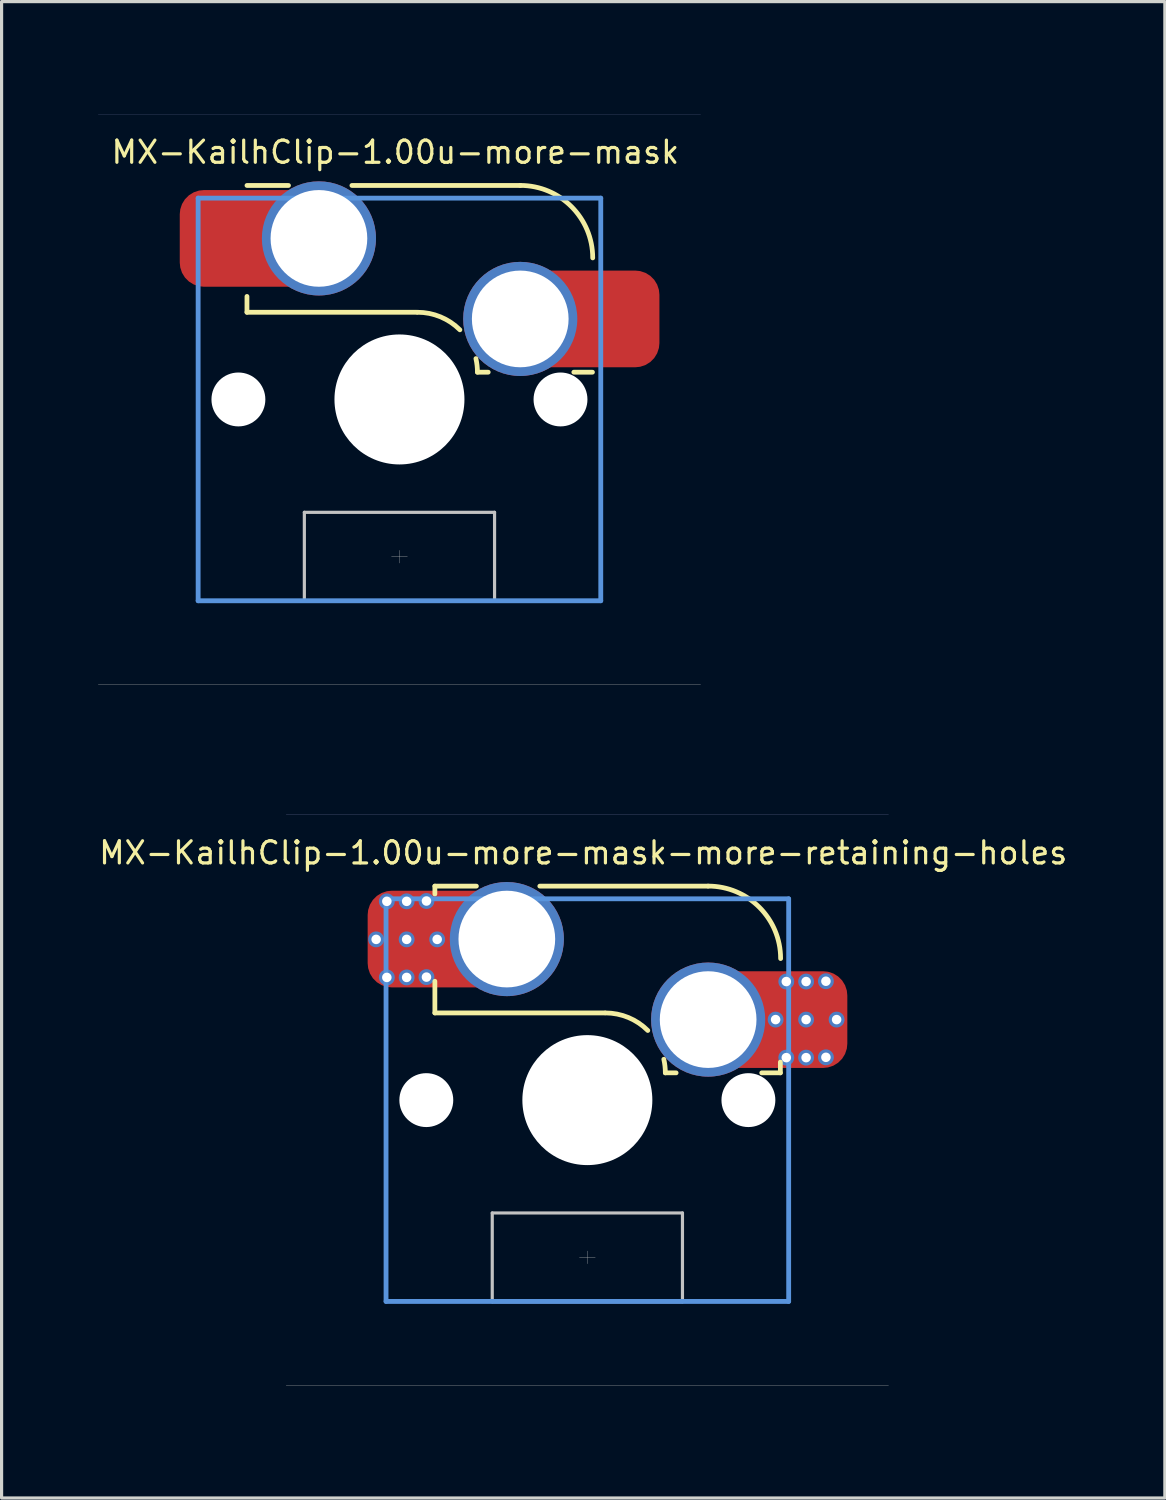
<source format=kicad_pcb>
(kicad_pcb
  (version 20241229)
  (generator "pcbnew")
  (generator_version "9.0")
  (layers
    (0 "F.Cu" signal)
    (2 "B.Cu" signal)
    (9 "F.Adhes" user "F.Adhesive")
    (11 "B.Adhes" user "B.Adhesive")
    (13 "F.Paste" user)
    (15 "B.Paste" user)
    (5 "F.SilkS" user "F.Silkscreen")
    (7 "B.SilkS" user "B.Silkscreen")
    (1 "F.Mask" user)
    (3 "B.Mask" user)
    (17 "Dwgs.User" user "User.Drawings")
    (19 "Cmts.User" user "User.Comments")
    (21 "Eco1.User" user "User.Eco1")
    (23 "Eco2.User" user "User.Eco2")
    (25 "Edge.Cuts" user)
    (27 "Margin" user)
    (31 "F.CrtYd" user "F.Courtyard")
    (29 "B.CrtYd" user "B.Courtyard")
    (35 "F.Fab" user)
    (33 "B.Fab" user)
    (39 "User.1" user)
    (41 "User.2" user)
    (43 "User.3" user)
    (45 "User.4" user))
  (footprint "MX-KailhClip-1.00u-more-mask-more-retaining-holes"
    (layer "F.Cu")
    (at 15.477 31.651)
    (property "Reference" "MX-KailhClip-1.00u-more-mask-more-retaining-holes" (at -0.13 -7.8 0) (layer "F.SilkS") (effects (font (size 0.7 0.7) (thickness 0.1))))
    (attr smd)
    (fp_line (start -4.81 -6.75) (end -4.81 -6.5) (stroke (width 0.15) (type solid)) (layer "F.SilkS"))
    (fp_line (start -4.81 -6.75) (end -3.5 -6.75) (stroke (width 0.15) (type solid)) (layer "F.SilkS"))
    (fp_line (start -4.81 -3.75) (end -4.81 -2.75) (stroke (width 0.15) (type solid)) (layer "F.SilkS"))
    (fp_line (start -4.81 -2.75) (end 0.55 -2.75) (stroke (width 0.15) (type solid)) (layer "F.SilkS"))
    (fp_line (start -1.5 -6.75) (end 3.81 -6.75) (stroke (width 0.15) (type solid)) (layer "F.SilkS"))
    (fp_line (start 2.8 -0.86) (end 2.46 -0.86) (stroke (width 0.15) (type solid)) (layer "F.SilkS"))
    (fp_line (start 6.088 -1.2) (end 6.088 -0.86) (stroke (width 0.15) (type solid)) (layer "F.SilkS"))
    (fp_line (start 6.088 -0.86) (end 5.5 -0.86) (stroke (width 0.15) (type solid)) (layer "F.SilkS"))
    (fp_arc (start 0.57 -2.75) (mid 1.293272 -2.606132) (end 1.906432 -2.196432) (stroke (width 0.15) (type solid)) (layer "F.SilkS"))
    (fp_arc (start 2.412003 -1.288719) (mid 2.447963 -1.075699) (end 2.46 -0.86) (stroke (width 0.15) (type solid)) (layer "F.SilkS"))
    (fp_arc (start 3.81 -6.751) (mid 5.426446 -6.081446) (end 6.096 -4.465) (stroke (width 0.15) (type solid)) (layer "F.SilkS"))
    (fp_line (start -9.55 0) (end -9.5 -0.1) (stroke (width 0.001) (type solid)) (layer "Dwgs.User"))
    (fp_line (start -9.55 0) (end -9.5 0.1) (stroke (width 0.001) (type solid)) (layer "Dwgs.User"))
    (fp_line (start -9.5 -9.5) (end 9.5 -9.5) (stroke (width 0.001) (type solid)) (layer "Dwgs.User"))
    (fp_line (start -9.5 0) (end -9.55 0) (stroke (width 0.001) (type solid)) (layer "Dwgs.User"))
    (fp_line (start -9.5 9.5) (end -9.5 -9.5) (stroke (width 0.001) (type solid)) (layer "Dwgs.User"))
    (fp_line (start -3 3.56) (end -3 6.36) (stroke (width 0.1) (type solid)) (layer "Dwgs.User"))
    (fp_line (start -3 3.56) (end 3 3.56) (stroke (width 0.1) (type solid)) (layer "Dwgs.User"))
    (fp_line (start -0.25 4.96) (end 0.25 4.96) (stroke (width 0.01) (type solid)) (layer "Dwgs.User"))
    (fp_line (start 0 -9.55) (end -0.1 -9.5) (stroke (width 0.001) (type solid)) (layer "Dwgs.User"))
    (fp_line (start 0 -9.55) (end 0.1 -9.5) (stroke (width 0.001) (type solid)) (layer "Dwgs.User"))
    (fp_line (start 0 -9.5) (end 0 -9.55) (stroke (width 0.001) (type solid)) (layer "Dwgs.User"))
    (fp_line (start 0 5.16) (end 0 4.76) (stroke (width 0.01) (type solid)) (layer "Dwgs.User"))
    (fp_line (start 0 9.5) (end 0 9.55) (stroke (width 0.001) (type solid)) (layer "Dwgs.User"))
    (fp_line (start 0 9.55) (end -0.1 9.5) (stroke (width 0.001) (type solid)) (layer "Dwgs.User"))
    (fp_line (start 0 9.55) (end 0.1 9.5) (stroke (width 0.001) (type solid)) (layer "Dwgs.User"))
    (fp_line (start 3 3.56) (end 3 6.36) (stroke (width 0.1) (type solid)) (layer "Dwgs.User"))
    (fp_line (start 3 6.36) (end -3 6.36) (stroke (width 0.1) (type solid)) (layer "Dwgs.User"))
    (fp_line (start 9.5 -9.5) (end 9.5 9.5) (stroke (width 0.001) (type solid)) (layer "Dwgs.User"))
    (fp_line (start 9.5 0) (end 9.55 0) (stroke (width 0.001) (type solid)) (layer "Dwgs.User"))
    (fp_line (start 9.5 9.5) (end -9.5 9.5) (stroke (width 0.001) (type solid)) (layer "Dwgs.User"))
    (fp_line (start 9.55 0) (end 9.5 -0.1) (stroke (width 0.001) (type solid)) (layer "Dwgs.User"))
    (fp_line (start 9.55 0) (end 9.5 0.1) (stroke (width 0.001) (type solid)) (layer "Dwgs.User"))
    (fp_line (start -6.35 -6.35) (end 6.35 -6.35) (stroke (width 0.152) (type solid)) (layer "Cmts.User"))
    (fp_line (start -6.35 6.35) (end -6.35 -6.35) (stroke (width 0.152) (type solid)) (layer "Cmts.User"))
    (fp_line (start 0 1) (end 0 -1) (stroke (width 0.001) (type solid)) (layer "Cmts.User"))
    (fp_line (start 1 0) (end -1 0) (stroke (width 0.001) (type solid)) (layer "Cmts.User"))
    (fp_line (start 6.35 -6.35) (end 6.35 6.35) (stroke (width 0.152) (type solid)) (layer "Cmts.User"))
    (fp_line (start 6.35 6.35) (end -6.35 6.35) (stroke (width 0.152) (type solid)) (layer "Cmts.User"))
    (fp_line (start -7.8 -6.985) (end 7.8 -6.985) (stroke (width 0.152) (type solid)) (layer "Eco1.User"))
    (fp_line (start -7.8 6.985) (end -7.8 -6.985) (stroke (width 0.152) (type solid)) (layer "Eco1.User"))
    (fp_line (start 7.8 -6.985) (end 7.8 6.985) (stroke (width 0.152) (type solid)) (layer "Eco1.User"))
    (fp_line (start 7.8 6.985) (end -7.8 6.985) (stroke (width 0.152) (type solid)) (layer "Eco1.User"))
    (fp_line (start -7 -7) (end 7 -7) (stroke (width 0.01) (type solid)) (layer "Eco2.User"))
    (fp_line (start -7 7) (end -7 -7) (stroke (width 0.01) (type solid)) (layer "Eco2.User"))
    (fp_line (start 7 -7) (end 7 7) (stroke (width 0.01) (type solid)) (layer "Eco2.User"))
    (fp_line (start 7 7) (end -7 7) (stroke (width 0.01) (type solid)) (layer "Eco2.User"))
    (fp_line (start -9.5 -9) (end 9.5 -9) (stroke (width 0.01) (type solid)) (layer "B.Fab"))
    (fp_line (start -9.5 9) (end 9.5 9) (stroke (width 0.01) (type solid)) (layer "F.Fab"))
    (pad "" np_thru_hole circle (at -5.08 0) (size 1.7 1.7) (drill 1.7) (layers "*.Cu" "*.Mask"))
    (pad "" np_thru_hole circle (at 0 0) (size 4.1 4.1) (drill 4.1) (layers "*.Cu" "*.Mask"))
    (pad "" np_thru_hole circle (at 5.08 0) (size 1.7 1.7) (drill 1.7) (layers "*.Cu" "*.Mask"))
    (pad "1" thru_hole circle (at -6.662 -5.07) (size 0.5 0.5) (drill 0.3) (layers "*.Cu" "*.Mask"))
    (pad "1" thru_hole circle (at -6.325 -6.27) (size 0.5 0.5) (drill 0.3) (layers "*.Cu" "*.Mask"))
    (pad "1" thru_hole circle (at -6.325 -3.87) (size 0.5 0.5) (drill 0.3) (layers "*.Cu" "*.Mask"))
    (pad "1" thru_hole circle (at -5.7 -6.27) (size 0.5 0.5) (drill 0.3) (layers "*.Cu" "*.Mask"))
    (pad "1" smd roundrect (at -5.7 -5.075) (size 2.05 2.4) (layers "F.Cu" "F.Mask" "F.Paste") (roundrect_rratio 0.25))
    (pad "1" thru_hole circle (at -5.7 -5.07) (size 0.5 0.5) (drill 0.3) (layers "*.Cu" "*.Mask"))
    (pad "1" thru_hole circle (at -5.7 -3.87) (size 0.5 0.5) (drill 0.3) (layers "*.Cu" "*.Mask"))
    (pad "1" thru_hole circle (at -5.075 -6.28) (size 0.5 0.5) (drill 0.3) (layers "*.Cu" "*.Mask"))
    (pad "1" thru_hole circle (at -5.075 -3.88) (size 0.5 0.5) (drill 0.3) (layers "*.Cu" "*.Mask"))
    (pad "1" thru_hole circle (at -4.737 -5.07) (size 0.5 0.5) (drill 0.3) (layers "*.Cu" "*.Mask"))
    (pad "1" smd roundrect (at -4.73 -5.08) (size 4.4 3.05) (layers "F.Cu") (roundrect_rratio 0.25))
    (pad "1" thru_hole circle (at -2.54 -5.08) (size 3.6 3.6) (drill 3.05) (layers "*.Cu" "F.Mask"))
    (pad "2" thru_hole circle (at 3.81 -2.54) (size 3.6 3.6) (drill 3.05) (layers "*.Cu" "F.Mask"))
    (pad "2" thru_hole circle (at 5.938 -2.54) (size 0.5 0.5) (drill 0.3) (layers "*.Cu" "*.Mask"))
    (pad "2" smd roundrect (at 6 -2.54) (size 4.4 3.05) (layers "F.Cu") (roundrect_rratio 0.25))
    (pad "2" thru_hole circle (at 6.275 -3.74) (size 0.5 0.5) (drill 0.3) (layers "*.Cu" "*.Mask"))
    (pad "2" thru_hole circle (at 6.275 -1.34) (size 0.5 0.5) (drill 0.3) (layers "*.Cu" "*.Mask"))
    (pad "2" thru_hole circle (at 6.9 -3.74) (size 0.5 0.5) (drill 0.3) (layers "*.Cu" "*.Mask"))
    (pad "2" thru_hole circle (at 6.9 -2.54) (size 0.5 0.5) (drill 0.3) (layers "*.Cu" "*.Mask"))
    (pad "2" smd roundrect (at 6.9 -2.54) (size 2.05 2.4) (layers "F.Cu" "F.Mask" "F.Paste") (roundrect_rratio 0.25))
    (pad "2" thru_hole circle (at 6.9 -1.34) (size 0.5 0.5) (drill 0.3) (layers "*.Cu" "*.Mask"))
    (pad "2" thru_hole circle (at 7.525 -3.75) (size 0.5 0.5) (drill 0.3) (layers "*.Cu" "*.Mask"))
    (pad "2" thru_hole circle (at 7.525 -1.35) (size 0.5 0.5) (drill 0.3) (layers "*.Cu" "*.Mask"))
    (pad "2" thru_hole circle (at 7.862 -2.54) (size 0.5 0.5) (drill 0.3) (layers "*.Cu" "*.Mask")))
  (footprint "MX-KailhClip-1.00u-more-mask"
    (layer "F.Cu")
    (at 9.55 9.55)
    (property "Reference" "MX-KailhClip-1.00u-more-mask" (at -0.13 -7.8 0) (layer "F.SilkS") (effects (font (size 0.7 0.7) (thickness 0.1))))
    (attr through_hole)
    (fp_line (start -4.81 -6.75) (end -3.5 -6.75) (stroke (width 0.15) (type solid)) (layer "F.SilkS"))
    (fp_line (start -4.81 -3.25) (end -4.81 -2.75) (stroke (width 0.15) (type solid)) (layer "F.SilkS"))
    (fp_line (start -4.81 -2.75) (end 0.55 -2.75) (stroke (width 0.15) (type solid)) (layer "F.SilkS"))
    (fp_line (start -1.5 -6.75) (end 3.81 -6.75) (stroke (width 0.15) (type solid)) (layer "F.SilkS"))
    (fp_line (start 2.8 -0.86) (end 2.46 -0.86) (stroke (width 0.15) (type solid)) (layer "F.SilkS"))
    (fp_line (start 6.088 -0.86) (end 5.5 -0.86) (stroke (width 0.15) (type solid)) (layer "F.SilkS"))
    (fp_arc (start 0.57 -2.75) (mid 1.293272 -2.606132) (end 1.906432 -2.196432) (stroke (width 0.15) (type solid)) (layer "F.SilkS"))
    (fp_arc (start 2.412003 -1.288719) (mid 2.447963 -1.075699) (end 2.46 -0.86) (stroke (width 0.15) (type solid)) (layer "F.SilkS"))
    (fp_arc (start 3.81 -6.751) (mid 5.426446 -6.081446) (end 6.096 -4.465) (stroke (width 0.15) (type solid)) (layer "F.SilkS"))
    (fp_line (start -9.55 0) (end -9.5 -0.1) (stroke (width 0.001) (type solid)) (layer "Dwgs.User"))
    (fp_line (start -9.55 0) (end -9.5 0.1) (stroke (width 0.001) (type solid)) (layer "Dwgs.User"))
    (fp_line (start -9.5 -9.5) (end 9.5 -9.5) (stroke (width 0.001) (type solid)) (layer "Dwgs.User"))
    (fp_line (start -9.5 0) (end -9.55 0) (stroke (width 0.001) (type solid)) (layer "Dwgs.User"))
    (fp_line (start -9.5 9.5) (end -9.5 -9.5) (stroke (width 0.001) (type solid)) (layer "Dwgs.User"))
    (fp_line (start -3 3.56) (end -3 6.36) (stroke (width 0.1) (type solid)) (layer "Dwgs.User"))
    (fp_line (start -3 3.56) (end 3 3.56) (stroke (width 0.1) (type solid)) (layer "Dwgs.User"))
    (fp_line (start -0.25 4.96) (end 0.25 4.96) (stroke (width 0.01) (type solid)) (layer "Dwgs.User"))
    (fp_line (start 0 -9.55) (end -0.1 -9.5) (stroke (width 0.001) (type solid)) (layer "Dwgs.User"))
    (fp_line (start 0 -9.55) (end 0.1 -9.5) (stroke (width 0.001) (type solid)) (layer "Dwgs.User"))
    (fp_line (start 0 -9.5) (end 0 -9.55) (stroke (width 0.001) (type solid)) (layer "Dwgs.User"))
    (fp_line (start 0 5.16) (end 0 4.76) (stroke (width 0.01) (type solid)) (layer "Dwgs.User"))
    (fp_line (start 0 9.5) (end 0 9.55) (stroke (width 0.001) (type solid)) (layer "Dwgs.User"))
    (fp_line (start 0 9.55) (end -0.1 9.5) (stroke (width 0.001) (type solid)) (layer "Dwgs.User"))
    (fp_line (start 0 9.55) (end 0.1 9.5) (stroke (width 0.001) (type solid)) (layer "Dwgs.User"))
    (fp_line (start 3 3.56) (end 3 6.36) (stroke (width 0.1) (type solid)) (layer "Dwgs.User"))
    (fp_line (start 3 6.36) (end -3 6.36) (stroke (width 0.1) (type solid)) (layer "Dwgs.User"))
    (fp_line (start 9.5 -9.5) (end 9.5 9.5) (stroke (width 0.001) (type solid)) (layer "Dwgs.User"))
    (fp_line (start 9.5 0) (end 9.55 0) (stroke (width 0.001) (type solid)) (layer "Dwgs.User"))
    (fp_line (start 9.5 9.5) (end -9.5 9.5) (stroke (width 0.001) (type solid)) (layer "Dwgs.User"))
    (fp_line (start 9.55 0) (end 9.5 -0.1) (stroke (width 0.001) (type solid)) (layer "Dwgs.User"))
    (fp_line (start 9.55 0) (end 9.5 0.1) (stroke (width 0.001) (type solid)) (layer "Dwgs.User"))
    (fp_line (start -6.35 -6.35) (end 6.35 -6.35) (stroke (width 0.152) (type solid)) (layer "Cmts.User"))
    (fp_line (start -6.35 6.35) (end -6.35 -6.35) (stroke (width 0.152) (type solid)) (layer "Cmts.User"))
    (fp_line (start 0 1) (end 0 -1) (stroke (width 0.001) (type solid)) (layer "Cmts.User"))
    (fp_line (start 1 0) (end -1 0) (stroke (width 0.001) (type solid)) (layer "Cmts.User"))
    (fp_line (start 6.35 -6.35) (end 6.35 6.35) (stroke (width 0.152) (type solid)) (layer "Cmts.User"))
    (fp_line (start 6.35 6.35) (end -6.35 6.35) (stroke (width 0.152) (type solid)) (layer "Cmts.User"))
    (fp_line (start -7.8 -6.985) (end 7.8 -6.985) (stroke (width 0.152) (type solid)) (layer "Eco1.User"))
    (fp_line (start -7.8 6.985) (end -7.8 -6.985) (stroke (width 0.152) (type solid)) (layer "Eco1.User"))
    (fp_line (start 7.8 -6.985) (end 7.8 6.985) (stroke (width 0.152) (type solid)) (layer "Eco1.User"))
    (fp_line (start 7.8 6.985) (end -7.8 6.985) (stroke (width 0.152) (type solid)) (layer "Eco1.User"))
    (fp_line (start -7 -7) (end 7 -7) (stroke (width 0.01) (type solid)) (layer "Eco2.User"))
    (fp_line (start -7 7) (end -7 -7) (stroke (width 0.01) (type solid)) (layer "Eco2.User"))
    (fp_line (start 7 -7) (end 7 7) (stroke (width 0.01) (type solid)) (layer "Eco2.User"))
    (fp_line (start 7 7) (end -7 7) (stroke (width 0.01) (type solid)) (layer "Eco2.User"))
    (fp_line (start -9.5 -9) (end 9.5 -9) (stroke (width 0.01) (type solid)) (layer "B.Fab"))
    (fp_line (start -9.5 9) (end 9.5 9) (stroke (width 0.01) (type solid)) (layer "F.Fab"))
    (pad "" np_thru_hole circle (at -5.08 0) (size 1.7 1.7) (drill 1.7) (layers "*.Cu" "*.Mask"))
    (pad "" np_thru_hole circle (at 0 0) (size 4.1 4.1) (drill 4.1) (layers "*.Cu" "*.Mask"))
    (pad "" np_thru_hole circle (at 5.08 0) (size 1.7 1.7) (drill 1.7) (layers "*.Cu" "*.Mask"))
    (pad "1" smd roundrect (at -5.7 -5.075) (size 2.05 2.4) (layers "F.Cu" "F.Mask" "F.Paste") (roundrect_rratio 0.25))
    (pad "1" smd roundrect (at -4.73 -5.08) (size 4.4 3.05) (layers "F.Cu") (roundrect_rratio 0.25))
    (pad "1" thru_hole circle (at -2.54 -5.08) (size 3.6 3.6) (drill 3.05) (layers "*.Cu" "F.Mask"))
    (pad "2" thru_hole circle (at 3.81 -2.54) (size 3.6 3.6) (drill 3.05) (layers "*.Cu" "F.Mask"))
    (pad "2" smd roundrect (at 6 -2.54) (size 4.4 3.05) (layers "F.Cu") (roundrect_rratio 0.25))
    (pad "2" smd roundrect (at 6.9 -2.54) (size 2.05 2.4) (layers "F.Cu" "F.Mask" "F.Paste") (roundrect_rratio 0.25)))
  (gr_rect
    (start -3 -3)
    (end 33.693 44.202)
    (stroke (width 0.1) (type default))
    (fill no)
    (layer "Edge.Cuts")))
</source>
